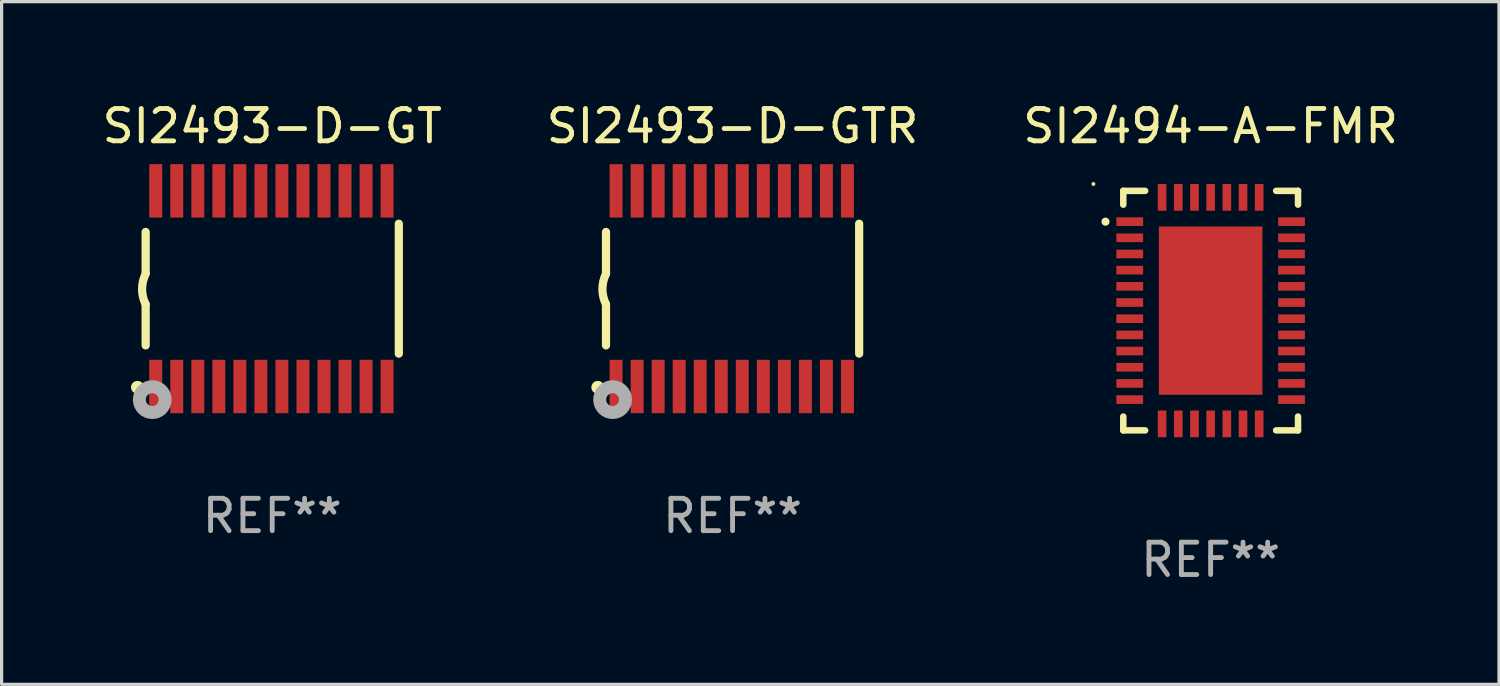
<source format=kicad_pcb>
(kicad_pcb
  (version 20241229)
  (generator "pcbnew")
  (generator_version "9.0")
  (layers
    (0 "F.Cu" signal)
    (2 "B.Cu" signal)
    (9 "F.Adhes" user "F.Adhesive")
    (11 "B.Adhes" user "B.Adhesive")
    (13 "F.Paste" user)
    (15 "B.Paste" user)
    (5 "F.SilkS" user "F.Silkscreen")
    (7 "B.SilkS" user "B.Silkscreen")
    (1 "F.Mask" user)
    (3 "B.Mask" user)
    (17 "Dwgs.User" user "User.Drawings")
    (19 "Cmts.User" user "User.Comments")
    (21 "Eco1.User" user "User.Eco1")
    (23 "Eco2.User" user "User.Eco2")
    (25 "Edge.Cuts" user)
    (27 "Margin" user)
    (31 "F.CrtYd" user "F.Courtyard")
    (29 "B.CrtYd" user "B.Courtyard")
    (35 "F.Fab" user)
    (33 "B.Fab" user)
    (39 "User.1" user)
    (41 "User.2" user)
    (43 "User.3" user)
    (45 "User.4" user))
  (footprint "SI2493-D-GTR"
    (layer "F.Cu")
    (at 19.589 5.871)
    (property "Reference" "SI2493-D-GTR" (at 0 -5.023 0) (layer "F.SilkS") (effects (font (size 1 1) (thickness 0.15))))
    (attr through_hole)
    (fp_line (start -3.912 -0.483) (end -3.912 -1.753) (stroke (width 0.254) (type solid)) (layer "F.SilkS"))
    (fp_line (start -3.912 1.753) (end -3.912 0.483) (stroke (width 0.254) (type solid)) (layer "F.SilkS"))
    (fp_line (start 3.912 -2.007) (end 3.912 2.007) (stroke (width 0.254) (type solid)) (layer "F.SilkS"))
    (fp_arc (start -3.911608 0.482601) (mid -4.022537 0.0127) (end -3.911608 -0.457201) (stroke (width 0.254001) (type solid)) (layer "F.SilkS"))
    (fp_circle (center -4.166 3.048) (end -4.066 3.048) (stroke (width 0.2) (type solid)) (fill no) (layer "F.SilkS"))
    (fp_circle (center -3.925 3.186) (end -3.895 3.186) (stroke (width 0.06) (type solid)) (fill no) (layer "F.SilkS"))
    (fp_circle (center -3.708 3.429) (end -3.509 3.429) (stroke (width 0.4) (type solid)) (fill no) (layer "F.Fab"))
    (fp_text user "REF**" (at 0 7.023 0) (layer "F.Fab") (effects (font (size 1 1) (thickness 0.15))))
    (pad "1" smd rect (at -3.6 3.023) (size 0.4 1.65) (layers "F.Cu" "F.Mask" "F.Paste"))
    (pad "2" smd rect (at -2.95 3.023) (size 0.4 1.65) (layers "F.Cu" "F.Mask" "F.Paste"))
    (pad "3" smd rect (at -2.3 3.023) (size 0.4 1.65) (layers "F.Cu" "F.Mask" "F.Paste"))
    (pad "4" smd rect (at -1.65 3.023) (size 0.4 1.65) (layers "F.Cu" "F.Mask" "F.Paste"))
    (pad "5" smd rect (at -1 3.023) (size 0.4 1.65) (layers "F.Cu" "F.Mask" "F.Paste"))
    (pad "6" smd rect (at -0.35 3.023) (size 0.4 1.65) (layers "F.Cu" "F.Mask" "F.Paste"))
    (pad "7" smd rect (at 0.299 3.023) (size 0.4 1.65) (layers "F.Cu" "F.Mask" "F.Paste"))
    (pad "8" smd rect (at 0.95 3.023) (size 0.4 1.65) (layers "F.Cu" "F.Mask" "F.Paste"))
    (pad "9" smd rect (at 1.6 3.023) (size 0.4 1.65) (layers "F.Cu" "F.Mask" "F.Paste"))
    (pad "10" smd rect (at 2.25 3.023) (size 0.4 1.65) (layers "F.Cu" "F.Mask" "F.Paste"))
    (pad "11" smd rect (at 2.9 3.023) (size 0.4 1.65) (layers "F.Cu" "F.Mask" "F.Paste"))
    (pad "12" smd rect (at 3.549 3.023) (size 0.4 1.65) (layers "F.Cu" "F.Mask" "F.Paste"))
    (pad "13" smd rect (at 3.549 -3.023) (size 0.4 1.65) (layers "F.Cu" "F.Mask" "F.Paste"))
    (pad "14" smd rect (at 2.9 -3.023) (size 0.4 1.65) (layers "F.Cu" "F.Mask" "F.Paste"))
    (pad "15" smd rect (at 2.25 -3.023) (size 0.4 1.65) (layers "F.Cu" "F.Mask" "F.Paste"))
    (pad "16" smd rect (at 1.6 -3.023) (size 0.4 1.65) (layers "F.Cu" "F.Mask" "F.Paste"))
    (pad "17" smd rect (at 0.95 -3.023) (size 0.4 1.65) (layers "F.Cu" "F.Mask" "F.Paste"))
    (pad "18" smd rect (at 0.299 -3.023) (size 0.4 1.65) (layers "F.Cu" "F.Mask" "F.Paste"))
    (pad "19" smd rect (at -0.35 -3.023) (size 0.4 1.65) (layers "F.Cu" "F.Mask" "F.Paste"))
    (pad "20" smd rect (at -1 -3.023) (size 0.4 1.65) (layers "F.Cu" "F.Mask" "F.Paste"))
    (pad "21" smd rect (at -1.65 -3.023) (size 0.4 1.65) (layers "F.Cu" "F.Mask" "F.Paste"))
    (pad "22" smd rect (at -2.3 -3.023) (size 0.4 1.65) (layers "F.Cu" "F.Mask" "F.Paste"))
    (pad "23" smd rect (at -2.95 -3.023) (size 0.4 1.65) (layers "F.Cu" "F.Mask" "F.Paste"))
    (pad "24" smd rect (at -3.6 -3.023) (size 0.4 1.65) (layers "F.Cu" "F.Mask" "F.Paste")))
  (footprint "SI2494-A-FMR"
    (layer "F.Cu")
    (at 34.363 6.549)
    (property "Reference" "SI2494-A-FMR" (at 0 -5.701 0) (layer "F.SilkS") (effects (font (size 1 1) (thickness 0.15))))
    (attr through_hole)
    (fp_line (start -2.7 -3.701) (end -2.024 -3.701) (stroke (width 0.201) (type solid)) (layer "F.SilkS"))
    (fp_line (start -2.7 -3.274) (end -2.7 -3.701) (stroke (width 0.201) (type solid)) (layer "F.SilkS"))
    (fp_line (start -2.7 3.274) (end -2.7 3.701) (stroke (width 0.201) (type solid)) (layer "F.SilkS"))
    (fp_line (start -2.7 3.701) (end -2.024 3.701) (stroke (width 0.201) (type solid)) (layer "F.SilkS"))
    (fp_line (start 2.024 -3.701) (end 2.7 -3.701) (stroke (width 0.201) (type solid)) (layer "F.SilkS"))
    (fp_line (start 2.024 3.701) (end 2.7 3.701) (stroke (width 0.201) (type solid)) (layer "F.SilkS"))
    (fp_line (start 2.7 -3.701) (end 2.7 -3.274) (stroke (width 0.201) (type solid)) (layer "F.SilkS"))
    (fp_line (start 2.7 3.701) (end 2.7 3.274) (stroke (width 0.201) (type solid)) (layer "F.SilkS"))
    (fp_arc (start -3.250013 -2.747473) (mid -3.250019 -2.748743) (end -3.250013 -2.750013) (stroke (width 0.24892) (type solid)) (layer "F.SilkS"))
    (fp_circle (center -3.623 -3.913) (end -3.593 -3.913) (stroke (width 0.06) (type solid)) (fill no) (layer "F.SilkS"))
    (fp_text user "REF**" (at 0 7.701 0) (layer "F.Fab") (effects (font (size 1 1) (thickness 0.15))))
    (pad "1" smd rect (at -2.5 -2.75 90) (size 0.267 0.826) (layers "F.Cu" "F.Mask" "F.Paste"))
    (pad "2" smd rect (at -2.5 -2.25 90) (size 0.267 0.826) (layers "F.Cu" "F.Mask" "F.Paste"))
    (pad "3" smd rect (at -2.5 -1.75 90) (size 0.267 0.826) (layers "F.Cu" "F.Mask" "F.Paste"))
    (pad "4" smd rect (at -2.5 -1.25 90) (size 0.267 0.826) (layers "F.Cu" "F.Mask" "F.Paste"))
    (pad "5" smd rect (at -2.5 -0.75 90) (size 0.267 0.826) (layers "F.Cu" "F.Mask" "F.Paste"))
    (pad "6" smd rect (at -2.5 -0.25 90) (size 0.267 0.826) (layers "F.Cu" "F.Mask" "F.Paste"))
    (pad "7" smd rect (at -2.5 0.25 90) (size 0.267 0.826) (layers "F.Cu" "F.Mask" "F.Paste"))
    (pad "8" smd rect (at -2.5 0.75 90) (size 0.267 0.826) (layers "F.Cu" "F.Mask" "F.Paste"))
    (pad "9" smd rect (at -2.5 1.25 90) (size 0.267 0.826) (layers "F.Cu" "F.Mask" "F.Paste"))
    (pad "10" smd rect (at -2.5 1.75 90) (size 0.267 0.826) (layers "F.Cu" "F.Mask" "F.Paste"))
    (pad "11" smd rect (at -2.5 2.25 90) (size 0.267 0.826) (layers "F.Cu" "F.Mask" "F.Paste"))
    (pad "12" smd rect (at -2.5 2.75 90) (size 0.267 0.826) (layers "F.Cu" "F.Mask" "F.Paste"))
    (pad "13" smd rect (at -1.5 3.5) (size 0.267 0.826) (layers "F.Cu" "F.Mask" "F.Paste"))
    (pad "14" smd rect (at -1 3.5) (size 0.267 0.826) (layers "F.Cu" "F.Mask" "F.Paste"))
    (pad "15" smd rect (at -0.5 3.5) (size 0.267 0.826) (layers "F.Cu" "F.Mask" "F.Paste"))
    (pad "16" smd rect (at 0 3.5) (size 0.267 0.826) (layers "F.Cu" "F.Mask" "F.Paste"))
    (pad "17" smd rect (at 0.5 3.5) (size 0.267 0.826) (layers "F.Cu" "F.Mask" "F.Paste"))
    (pad "18" smd rect (at 1 3.5) (size 0.267 0.826) (layers "F.Cu" "F.Mask" "F.Paste"))
    (pad "19" smd rect (at 1.5 3.5) (size 0.267 0.826) (layers "F.Cu" "F.Mask" "F.Paste"))
    (pad "20" smd rect (at 2.5 2.75 90) (size 0.267 0.826) (layers "F.Cu" "F.Mask" "F.Paste"))
    (pad "21" smd rect (at 2.5 2.25 90) (size 0.267 0.826) (layers "F.Cu" "F.Mask" "F.Paste"))
    (pad "22" smd rect (at 2.5 1.75 90) (size 0.267 0.826) (layers "F.Cu" "F.Mask" "F.Paste"))
    (pad "23" smd rect (at 2.5 1.25 90) (size 0.267 0.826) (layers "F.Cu" "F.Mask" "F.Paste"))
    (pad "24" smd rect (at 2.5 0.75 90) (size 0.267 0.826) (layers "F.Cu" "F.Mask" "F.Paste"))
    (pad "25" smd rect (at 2.5 0.25 90) (size 0.267 0.826) (layers "F.Cu" "F.Mask" "F.Paste"))
    (pad "26" smd rect (at 2.5 -0.25 90) (size 0.267 0.826) (layers "F.Cu" "F.Mask" "F.Paste"))
    (pad "27" smd rect (at 2.5 -0.75 90) (size 0.267 0.826) (layers "F.Cu" "F.Mask" "F.Paste"))
    (pad "28" smd rect (at 2.5 -1.25 90) (size 0.267 0.826) (layers "F.Cu" "F.Mask" "F.Paste"))
    (pad "29" smd rect (at 2.5 -1.75 90) (size 0.267 0.826) (layers "F.Cu" "F.Mask" "F.Paste"))
    (pad "30" smd rect (at 2.5 -2.25 90) (size 0.267 0.826) (layers "F.Cu" "F.Mask" "F.Paste"))
    (pad "31" smd rect (at 2.5 -2.75 90) (size 0.267 0.826) (layers "F.Cu" "F.Mask" "F.Paste"))
    (pad "32" smd rect (at 1.5 -3.5) (size 0.267 0.826) (layers "F.Cu" "F.Mask" "F.Paste"))
    (pad "33" smd rect (at 1 -3.5) (size 0.267 0.826) (layers "F.Cu" "F.Mask" "F.Paste"))
    (pad "34" smd rect (at 0.5 -3.5) (size 0.267 0.826) (layers "F.Cu" "F.Mask" "F.Paste"))
    (pad "35" smd rect (at 0 -3.5) (size 0.267 0.826) (layers "F.Cu" "F.Mask" "F.Paste"))
    (pad "36" smd rect (at -0.5 -3.5) (size 0.267 0.826) (layers "F.Cu" "F.Mask" "F.Paste"))
    (pad "37" smd rect (at -1 -3.5) (size 0.267 0.826) (layers "F.Cu" "F.Mask" "F.Paste"))
    (pad "38" smd rect (at -1.5 -3.5) (size 0.267 0.826) (layers "F.Cu" "F.Mask" "F.Paste"))
    (pad "39" smd rect (at 0 0) (size 3.2 5.2) (layers "F.Cu" "F.Mask" "F.Paste")))
  (footprint "SI2493-D-GT"
    (layer "F.Cu")
    (at 5.363 5.871)
    (property "Reference" "SI2493-D-GT" (at 0 -5.023 0) (layer "F.SilkS") (effects (font (size 1 1) (thickness 0.15))))
    (attr through_hole)
    (fp_line (start -3.912 -0.483) (end -3.912 -1.753) (stroke (width 0.254) (type solid)) (layer "F.SilkS"))
    (fp_line (start -3.912 1.753) (end -3.912 0.483) (stroke (width 0.254) (type solid)) (layer "F.SilkS"))
    (fp_line (start 3.912 -2.007) (end 3.912 2.007) (stroke (width 0.254) (type solid)) (layer "F.SilkS"))
    (fp_arc (start -3.911608 0.482601) (mid -4.022537 0.0127) (end -3.911608 -0.457201) (stroke (width 0.254001) (type solid)) (layer "F.SilkS"))
    (fp_circle (center -4.166 3.048) (end -4.066 3.048) (stroke (width 0.2) (type solid)) (fill no) (layer "F.SilkS"))
    (fp_circle (center -3.925 3.186) (end -3.895 3.186) (stroke (width 0.06) (type solid)) (fill no) (layer "F.SilkS"))
    (fp_circle (center -3.708 3.429) (end -3.509 3.429) (stroke (width 0.4) (type solid)) (fill no) (layer "F.Fab"))
    (fp_text user "REF**" (at 0 7.023 0) (layer "F.Fab") (effects (font (size 1 1) (thickness 0.15))))
    (pad "1" smd rect (at -3.6 3.023) (size 0.4 1.65) (layers "F.Cu" "F.Mask" "F.Paste"))
    (pad "2" smd rect (at -2.95 3.023) (size 0.4 1.65) (layers "F.Cu" "F.Mask" "F.Paste"))
    (pad "3" smd rect (at -2.3 3.023) (size 0.4 1.65) (layers "F.Cu" "F.Mask" "F.Paste"))
    (pad "4" smd rect (at -1.65 3.023) (size 0.4 1.65) (layers "F.Cu" "F.Mask" "F.Paste"))
    (pad "5" smd rect (at -1 3.023) (size 0.4 1.65) (layers "F.Cu" "F.Mask" "F.Paste"))
    (pad "6" smd rect (at -0.35 3.023) (size 0.4 1.65) (layers "F.Cu" "F.Mask" "F.Paste"))
    (pad "7" smd rect (at 0.299 3.023) (size 0.4 1.65) (layers "F.Cu" "F.Mask" "F.Paste"))
    (pad "8" smd rect (at 0.95 3.023) (size 0.4 1.65) (layers "F.Cu" "F.Mask" "F.Paste"))
    (pad "9" smd rect (at 1.6 3.023) (size 0.4 1.65) (layers "F.Cu" "F.Mask" "F.Paste"))
    (pad "10" smd rect (at 2.25 3.023) (size 0.4 1.65) (layers "F.Cu" "F.Mask" "F.Paste"))
    (pad "11" smd rect (at 2.9 3.023) (size 0.4 1.65) (layers "F.Cu" "F.Mask" "F.Paste"))
    (pad "12" smd rect (at 3.549 3.023) (size 0.4 1.65) (layers "F.Cu" "F.Mask" "F.Paste"))
    (pad "13" smd rect (at 3.549 -3.023) (size 0.4 1.65) (layers "F.Cu" "F.Mask" "F.Paste"))
    (pad "14" smd rect (at 2.9 -3.023) (size 0.4 1.65) (layers "F.Cu" "F.Mask" "F.Paste"))
    (pad "15" smd rect (at 2.25 -3.023) (size 0.4 1.65) (layers "F.Cu" "F.Mask" "F.Paste"))
    (pad "16" smd rect (at 1.6 -3.023) (size 0.4 1.65) (layers "F.Cu" "F.Mask" "F.Paste"))
    (pad "17" smd rect (at 0.95 -3.023) (size 0.4 1.65) (layers "F.Cu" "F.Mask" "F.Paste"))
    (pad "18" smd rect (at 0.299 -3.023) (size 0.4 1.65) (layers "F.Cu" "F.Mask" "F.Paste"))
    (pad "19" smd rect (at -0.35 -3.023) (size 0.4 1.65) (layers "F.Cu" "F.Mask" "F.Paste"))
    (pad "20" smd rect (at -1 -3.023) (size 0.4 1.65) (layers "F.Cu" "F.Mask" "F.Paste"))
    (pad "21" smd rect (at -1.65 -3.023) (size 0.4 1.65) (layers "F.Cu" "F.Mask" "F.Paste"))
    (pad "22" smd rect (at -2.3 -3.023) (size 0.4 1.65) (layers "F.Cu" "F.Mask" "F.Paste"))
    (pad "23" smd rect (at -2.95 -3.023) (size 0.4 1.65) (layers "F.Cu" "F.Mask" "F.Paste"))
    (pad "24" smd rect (at -3.6 -3.023) (size 0.4 1.65) (layers "F.Cu" "F.Mask" "F.Paste")))
  (gr_rect
    (start -3 -3)
    (end 43.274 18.098)
    (stroke (width 0.1) (type default))
    (fill no)
    (layer "Edge.Cuts")))
</source>
